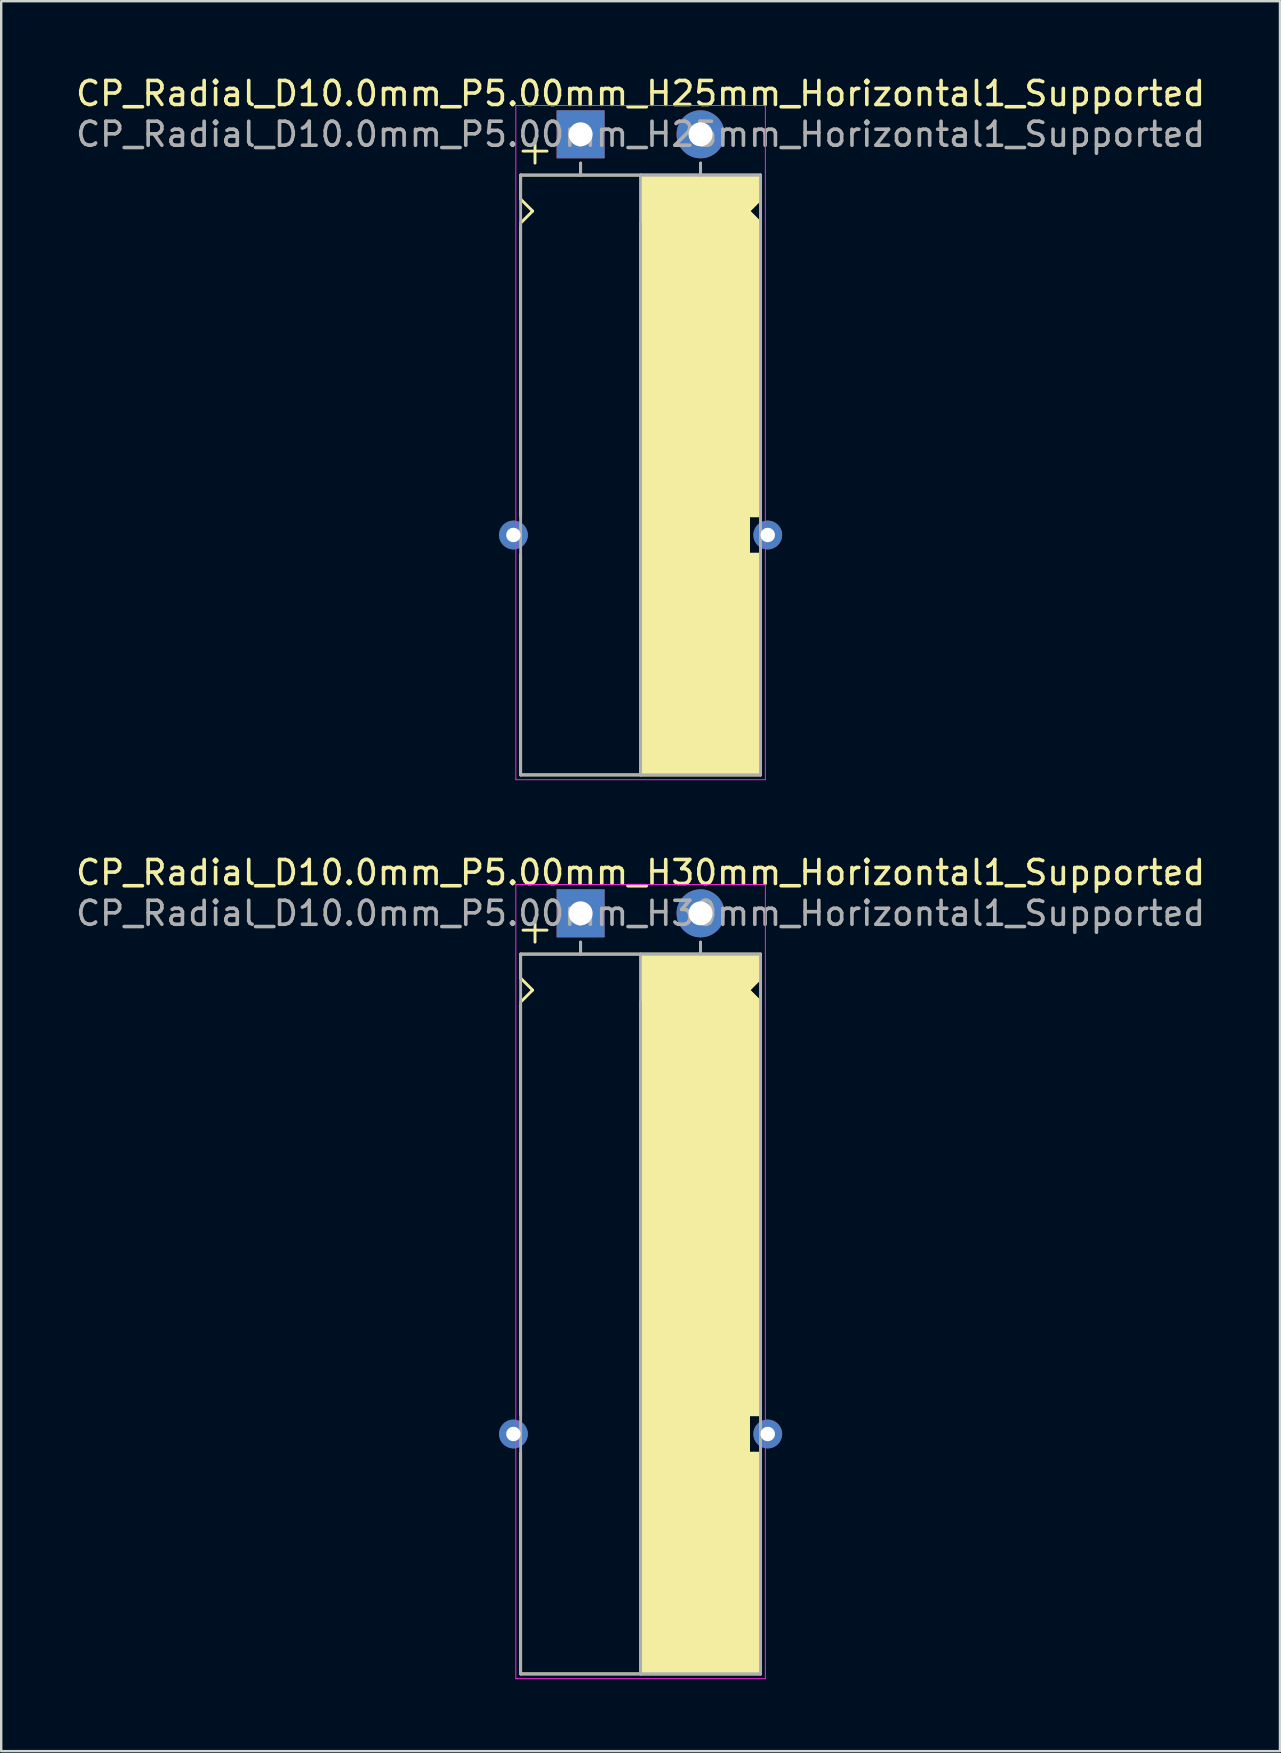
<source format=kicad_pcb>
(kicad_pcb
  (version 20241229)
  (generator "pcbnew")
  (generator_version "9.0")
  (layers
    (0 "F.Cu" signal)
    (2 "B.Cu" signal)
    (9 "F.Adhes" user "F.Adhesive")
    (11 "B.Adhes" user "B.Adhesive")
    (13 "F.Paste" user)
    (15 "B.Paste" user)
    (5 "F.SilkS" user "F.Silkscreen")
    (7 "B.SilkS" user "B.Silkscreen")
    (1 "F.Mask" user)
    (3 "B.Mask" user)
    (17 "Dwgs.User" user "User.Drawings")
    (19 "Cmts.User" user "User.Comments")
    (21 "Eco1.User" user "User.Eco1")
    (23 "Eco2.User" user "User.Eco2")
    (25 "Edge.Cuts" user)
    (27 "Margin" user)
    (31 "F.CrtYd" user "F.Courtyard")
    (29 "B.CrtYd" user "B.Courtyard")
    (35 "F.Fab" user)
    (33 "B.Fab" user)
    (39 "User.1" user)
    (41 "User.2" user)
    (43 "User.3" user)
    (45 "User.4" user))
  (footprint "CP_Radial_D10.0mm_P5.00mm_H25mm_Horizontal1_Supported"
    (layer "F.Cu")
    (at 21.149 2.548)
    (property "Reference" "CP_Radial_D10.0mm_P5.00mm_H25mm_Horizontal1_Supported" (at 2.5 -1.7 0) (layer "F.SilkS") (effects (font (size 1 1) (thickness 0.15))))
    (attr through_hole)
    (fp_line (start -2.5 1.7) (end -2.5 2.7) (stroke (width 0.12) (type solid)) (layer "F.SilkS"))
    (fp_line (start -2.5 2.7) (end -2 3.2) (stroke (width 0.12) (type solid)) (layer "F.SilkS"))
    (fp_line (start -2.5 3.8) (end -2.5 15.9) (stroke (width 0.12) (type solid)) (layer "F.SilkS"))
    (fp_line (start -2.5 17.5) (end -2.5 26.7) (stroke (width 0.12) (type solid)) (layer "F.SilkS"))
    (fp_line (start -2.5 26.7) (end 7.5 26.7) (stroke (width 0.12) (type solid)) (layer "F.SilkS"))
    (fp_line (start -2 3.2) (end -2.5 3.7) (stroke (width 0.12) (type solid)) (layer "F.SilkS"))
    (fp_line (start -1.9 0.2) (end -1.9 1.2) (stroke (width 0.12) (type solid)) (layer "F.SilkS"))
    (fp_line (start -1.4 0.7) (end -2.4 0.7) (stroke (width 0.12) (type solid)) (layer "F.SilkS"))
    (fp_line (start 0 1.7) (end 0 1.2) (stroke (width 0.12) (type solid)) (layer "F.SilkS"))
    (fp_line (start 2.5 1.7) (end -2.5 1.7) (stroke (width 0.12) (type solid)) (layer "F.SilkS"))
    (fp_line (start 2.5 26.7) (end 2.5 3.7) (stroke (width 0.12) (type solid)) (layer "F.SilkS"))
    (fp_line (start 5 1.7) (end 5 1.2) (stroke (width 0.12) (type solid)) (layer "F.SilkS"))
    (fp_line (start 7 3.2) (end 7.5 3.7) (stroke (width 0.12) (type solid)) (layer "F.SilkS"))
    (fp_line (start 7 15.9) (end 7.5 15.9) (stroke (width 0.12) (type solid)) (layer "F.SilkS"))
    (fp_line (start 7 16.9) (end 7 15.9) (stroke (width 0.12) (type solid)) (layer "F.SilkS"))
    (fp_line (start 7 17.5) (end 7 16.9) (stroke (width 0.12) (type solid)) (layer "F.SilkS"))
    (fp_line (start 7.5 1.7) (end 2.5 1.7) (stroke (width 0.12) (type solid)) (layer "F.SilkS"))
    (fp_line (start 7.5 1.7) (end 7.5 2.7) (stroke (width 0.12) (type solid)) (layer "F.SilkS"))
    (fp_line (start 7.5 2.7) (end 7 3.2) (stroke (width 0.12) (type solid)) (layer "F.SilkS"))
    (fp_line (start 7.5 4.7) (end 7.5 15.9) (stroke (width 0.12) (type solid)) (layer "F.SilkS"))
    (fp_line (start 7.5 17.5) (end 7 17.5) (stroke (width 0.12) (type solid)) (layer "F.SilkS"))
    (fp_line (start 7.5 17.5) (end 7.5 26.7) (stroke (width 0.12) (type solid)) (layer "F.SilkS"))
    (fp_poly (pts (xy 7.5 2.7) (xy 7 3.2) (xy 7.5 3.7) (xy 7.5 15.9) (xy 7 15.9) (xy 7 17.5) (xy 7.5 17.5) (xy 7.5 26.7) (xy 2.5 26.7) (xy 2.5 1.7) (xy 7.5 1.7)) (stroke (width 0.1) (type solid)) (fill yes) (layer "F.SilkS"))
    (fp_line (start -2.7 -1.2) (end 5.3 -1.2) (stroke (width 0.04) (type solid)) (layer "F.CrtYd"))
    (fp_line (start -2.7 26.9) (end -2.7 -1.2) (stroke (width 0.04) (type solid)) (layer "F.CrtYd"))
    (fp_line (start 5.3 -1.2) (end 7.7 -1.2) (stroke (width 0.04) (type solid)) (layer "F.CrtYd"))
    (fp_line (start 7.7 -1.2) (end 7.7 26.9) (stroke (width 0.04) (type solid)) (layer "F.CrtYd"))
    (fp_line (start 7.7 26.9) (end -2.7 26.9) (stroke (width 0.04) (type solid)) (layer "F.CrtYd"))
    (fp_line (start -2.5 1.7) (end -2.5 26.7) (stroke (width 0.12) (type solid)) (layer "F.Fab"))
    (fp_line (start -2.5 26.7) (end 7.5 26.7) (stroke (width 0.12) (type solid)) (layer "F.Fab"))
    (fp_line (start 0 1.7) (end 0 1.2) (stroke (width 0.12) (type solid)) (layer "F.Fab"))
    (fp_line (start 2.5 3.7) (end 2.5 26.7) (stroke (width 0.12) (type solid)) (layer "F.Fab"))
    (fp_line (start 5 1.7) (end 5 1.2) (stroke (width 0.12) (type solid)) (layer "F.Fab"))
    (fp_line (start 7.5 1.7) (end -2.5 1.7) (stroke (width 0.12) (type solid)) (layer "F.Fab"))
    (fp_line (start 7.5 26.7) (end 7.5 1.7) (stroke (width 0.12) (type solid)) (layer "F.Fab"))
    (fp_poly (pts (xy 7.5 26.7) (xy 2.5 26.7) (xy 2.5 1.7) (xy 7.5 1.7)) (stroke (width 0.1) (type solid)) (fill no) (layer "F.Fab"))
    (fp_text user "${REFERENCE}" (at 2.5 0 0) (layer "F.Fab") (effects (font (size 1 1) (thickness 0.15))))
    (pad "1" thru_hole rect (at 0 0) (size 2 2) (drill 1) (layers "*.Cu" "*.Mask"))
    (pad "2" thru_hole circle (at 5 0) (size 2 2) (drill 1) (layers "*.Cu" "*.Mask"))
    (pad "~" thru_hole circle (at -2.8 16.7) (size 1.2 1.2) (drill 0.6) (layers "*.Cu" "*.Mask"))
    (pad "~" thru_hole circle (at 7.8 16.7) (size 1.2 1.2) (drill 0.6) (layers "*.Cu" "*.Mask")))
  (footprint "CP_Radial_D10.0mm_P5.00mm_H30mm_Horizontal1_Supported"
    (layer "F.Cu")
    (at 21.149 35.017)
    (property "Reference" "CP_Radial_D10.0mm_P5.00mm_H30mm_Horizontal1_Supported" (at 2.5 -1.7 0) (layer "F.SilkS") (effects (font (size 1 1) (thickness 0.15))))
    (attr through_hole)
    (fp_line (start -2.5 1.7) (end -2.5 2.7) (stroke (width 0.12) (type solid)) (layer "F.SilkS"))
    (fp_line (start -2.5 2.7) (end -2 3.2) (stroke (width 0.12) (type solid)) (layer "F.SilkS"))
    (fp_line (start -2.5 3.8) (end -2.5 20.9) (stroke (width 0.12) (type solid)) (layer "F.SilkS"))
    (fp_line (start -2.5 22.5) (end -2.5 31.7) (stroke (width 0.12) (type solid)) (layer "F.SilkS"))
    (fp_line (start -2.5 31.7) (end 7.5 31.7) (stroke (width 0.12) (type solid)) (layer "F.SilkS"))
    (fp_line (start -2 3.2) (end -2.5 3.7) (stroke (width 0.12) (type solid)) (layer "F.SilkS"))
    (fp_line (start -1.9 0.2) (end -1.9 1.2) (stroke (width 0.12) (type solid)) (layer "F.SilkS"))
    (fp_line (start -1.4 0.7) (end -2.4 0.7) (stroke (width 0.12) (type solid)) (layer "F.SilkS"))
    (fp_line (start 0 1.7) (end 0 1.2) (stroke (width 0.12) (type solid)) (layer "F.SilkS"))
    (fp_line (start 2.5 1.7) (end -2.5 1.7) (stroke (width 0.12) (type solid)) (layer "F.SilkS"))
    (fp_line (start 2.5 31.7) (end 2.5 3.7) (stroke (width 0.12) (type solid)) (layer "F.SilkS"))
    (fp_line (start 5 1.7) (end 5 1.2) (stroke (width 0.12) (type solid)) (layer "F.SilkS"))
    (fp_line (start 7 3.2) (end 7.5 3.7) (stroke (width 0.12) (type solid)) (layer "F.SilkS"))
    (fp_line (start 7 20.9) (end 7.5 20.9) (stroke (width 0.12) (type solid)) (layer "F.SilkS"))
    (fp_line (start 7 21.9) (end 7 20.9) (stroke (width 0.12) (type solid)) (layer "F.SilkS"))
    (fp_line (start 7 22.5) (end 7 21.9) (stroke (width 0.12) (type solid)) (layer "F.SilkS"))
    (fp_line (start 7.5 1.7) (end 2.5 1.7) (stroke (width 0.12) (type solid)) (layer "F.SilkS"))
    (fp_line (start 7.5 1.7) (end 7.5 2.7) (stroke (width 0.12) (type solid)) (layer "F.SilkS"))
    (fp_line (start 7.5 2.7) (end 7 3.2) (stroke (width 0.12) (type solid)) (layer "F.SilkS"))
    (fp_line (start 7.5 4.7) (end 7.5 20.9) (stroke (width 0.12) (type solid)) (layer "F.SilkS"))
    (fp_line (start 7.5 22.5) (end 7 22.5) (stroke (width 0.12) (type solid)) (layer "F.SilkS"))
    (fp_line (start 7.5 22.5) (end 7.5 31.7) (stroke (width 0.12) (type solid)) (layer "F.SilkS"))
    (fp_poly (pts (xy 7.5 2.7) (xy 7 3.2) (xy 7.5 3.7) (xy 7.5 20.9) (xy 7 20.9) (xy 7 22.5) (xy 7.5 22.5) (xy 7.5 31.7) (xy 2.5 31.7) (xy 2.5 1.7) (xy 7.5 1.7)) (stroke (width 0.1) (type solid)) (fill yes) (layer "F.SilkS"))
    (fp_line (start -2.7 -1.2) (end 5.3 -1.2) (stroke (width 0.04) (type solid)) (layer "F.CrtYd"))
    (fp_line (start -2.7 31.9) (end -2.7 -1.2) (stroke (width 0.04) (type solid)) (layer "F.CrtYd"))
    (fp_line (start 5.3 -1.2) (end 7.7 -1.2) (stroke (width 0.04) (type solid)) (layer "F.CrtYd"))
    (fp_line (start 7.7 -1.2) (end 7.7 31.9) (stroke (width 0.04) (type solid)) (layer "F.CrtYd"))
    (fp_line (start 7.7 31.9) (end -2.7 31.9) (stroke (width 0.04) (type solid)) (layer "F.CrtYd"))
    (fp_line (start -2.5 1.7) (end -2.5 31.7) (stroke (width 0.12) (type solid)) (layer "F.Fab"))
    (fp_line (start -2.5 31.7) (end 7.5 31.7) (stroke (width 0.12) (type solid)) (layer "F.Fab"))
    (fp_line (start 0 1.7) (end 0 1.2) (stroke (width 0.12) (type solid)) (layer "F.Fab"))
    (fp_line (start 2.5 3.7) (end 2.5 31.7) (stroke (width 0.12) (type solid)) (layer "F.Fab"))
    (fp_line (start 5 1.7) (end 5 1.2) (stroke (width 0.12) (type solid)) (layer "F.Fab"))
    (fp_line (start 7.5 1.7) (end -2.5 1.7) (stroke (width 0.12) (type solid)) (layer "F.Fab"))
    (fp_line (start 7.5 31.7) (end 7.5 1.7) (stroke (width 0.12) (type solid)) (layer "F.Fab"))
    (fp_poly (pts (xy 7.5 31.7) (xy 2.5 31.7) (xy 2.5 1.7) (xy 7.5 1.7)) (stroke (width 0.1) (type solid)) (fill no) (layer "F.Fab"))
    (fp_text user "${REFERENCE}" (at 2.5 0 0) (layer "F.Fab") (effects (font (size 1 1) (thickness 0.15))))
    (pad "1" thru_hole rect (at 0 0) (size 2 2) (drill 1) (layers "*.Cu" "*.Mask"))
    (pad "2" thru_hole circle (at 5 0) (size 2 2) (drill 1) (layers "*.Cu" "*.Mask"))
    (pad "~" thru_hole circle (at -2.8 21.7) (size 1.2 1.2) (drill 0.6) (layers "*.Cu" "*.Mask"))
    (pad "~" thru_hole circle (at 7.8 21.7) (size 1.2 1.2) (drill 0.6) (layers "*.Cu" "*.Mask")))
  (gr_rect
    (start -3 -3)
    (end 50.298 69.936)
    (stroke (width 0.1) (type default))
    (fill no)
    (layer "Edge.Cuts")))
</source>
